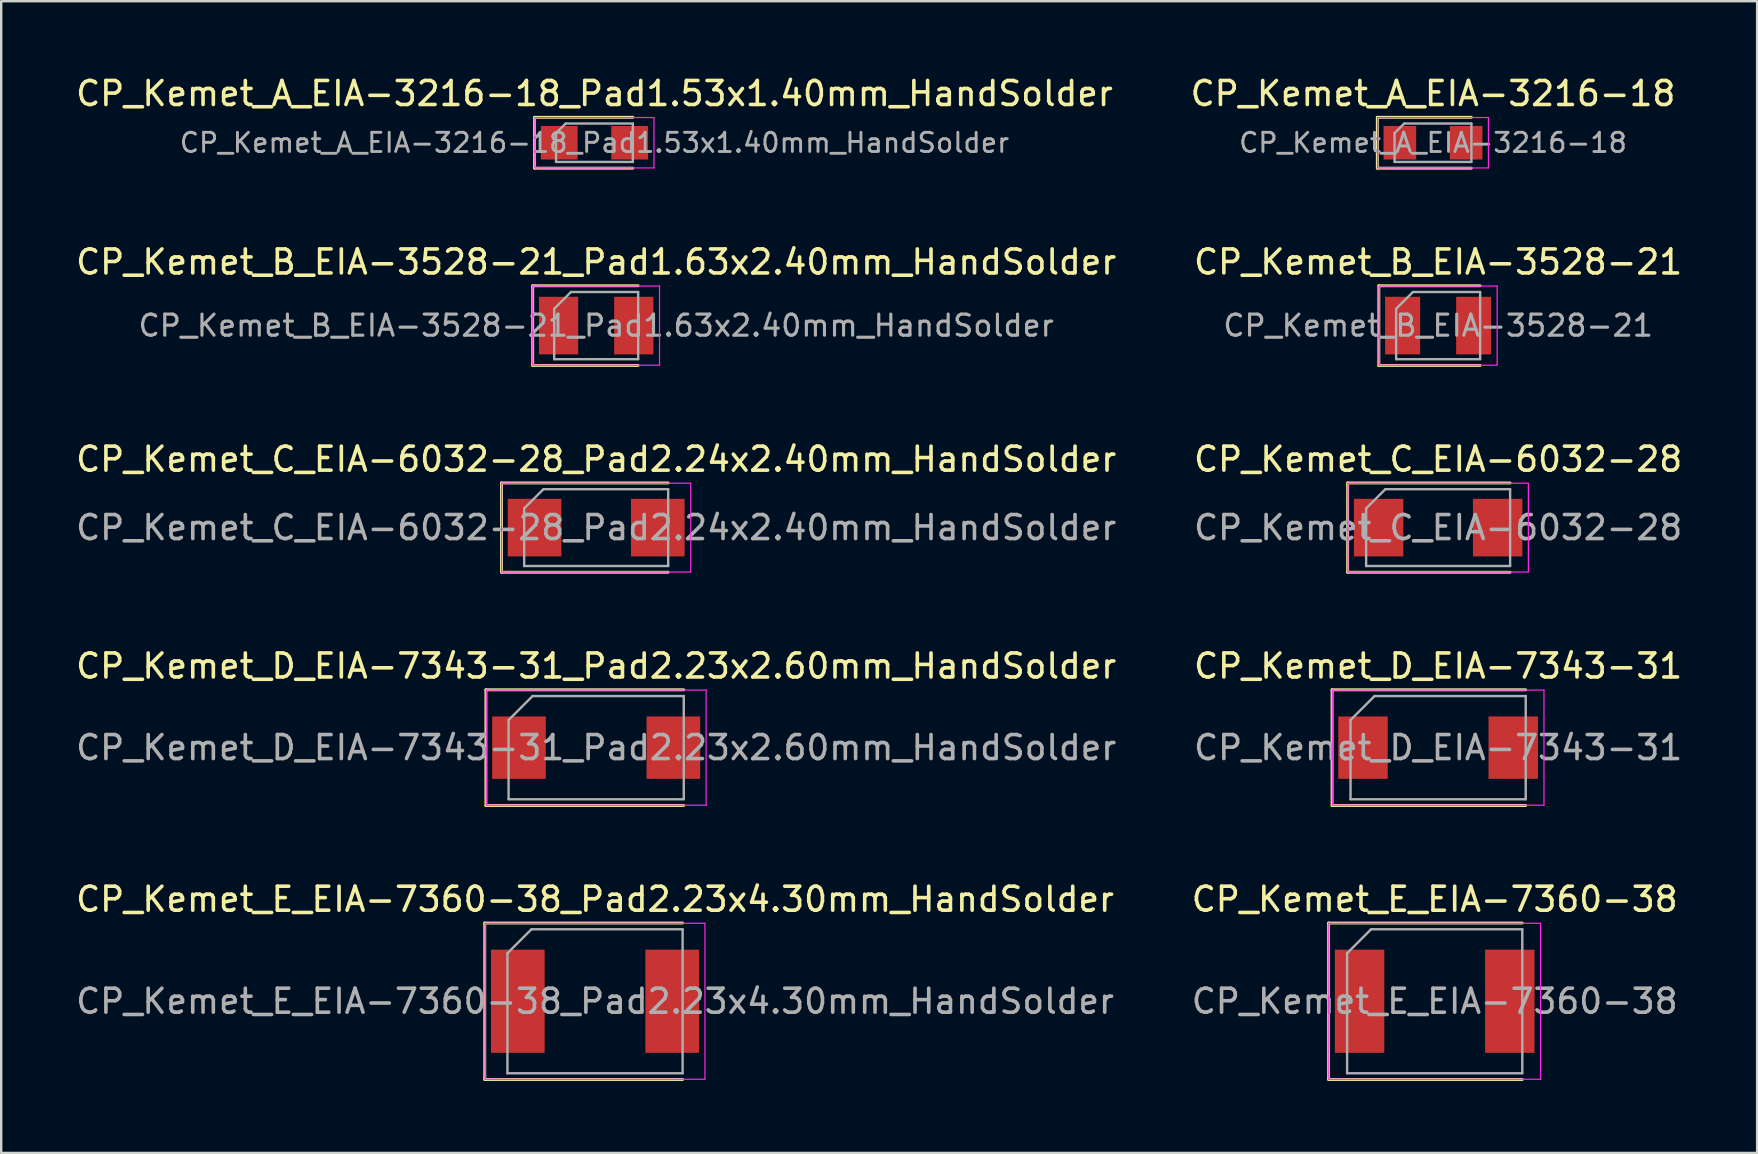
<source format=kicad_pcb>
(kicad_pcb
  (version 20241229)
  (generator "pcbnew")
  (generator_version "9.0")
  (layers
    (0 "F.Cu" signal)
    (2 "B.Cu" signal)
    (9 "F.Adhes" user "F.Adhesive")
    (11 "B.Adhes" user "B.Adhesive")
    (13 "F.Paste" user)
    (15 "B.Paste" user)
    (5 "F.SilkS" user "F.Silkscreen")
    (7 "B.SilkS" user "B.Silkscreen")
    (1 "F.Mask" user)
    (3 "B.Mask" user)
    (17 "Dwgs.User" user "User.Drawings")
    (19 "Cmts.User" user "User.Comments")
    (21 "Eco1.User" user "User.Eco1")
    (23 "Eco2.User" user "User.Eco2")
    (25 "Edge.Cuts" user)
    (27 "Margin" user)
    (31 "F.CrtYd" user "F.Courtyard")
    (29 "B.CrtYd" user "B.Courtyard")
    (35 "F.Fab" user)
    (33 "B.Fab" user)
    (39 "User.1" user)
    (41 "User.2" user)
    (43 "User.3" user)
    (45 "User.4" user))
  (footprint "CP_Kemet_A_EIA-3216-18"
    (layer "F.Cu")
    (at 56.661 2.898)
    (property "Reference" "CP_Kemet_A_EIA-3216-18" (at 0 -2.05 0) (layer "F.SilkS") (effects (font (size 1 1) (thickness 0.15))))
    (attr smd)
    (fp_line (start -2.32 -1.06) (end -2.32 1.06) (stroke (width 0.12) (type solid)) (layer "F.SilkS"))
    (fp_line (start -2.32 1.06) (end 1.6 1.06) (stroke (width 0.12) (type solid)) (layer "F.SilkS"))
    (fp_line (start 1.6 -1.06) (end -2.32 -1.06) (stroke (width 0.12) (type solid)) (layer "F.SilkS"))
    (fp_line (start -2.31 -1.05) (end 2.31 -1.05) (stroke (width 0.05) (type solid)) (layer "F.CrtYd"))
    (fp_line (start -2.31 1.05) (end -2.31 -1.05) (stroke (width 0.05) (type solid)) (layer "F.CrtYd"))
    (fp_line (start 2.31 -1.05) (end 2.31 1.05) (stroke (width 0.05) (type solid)) (layer "F.CrtYd"))
    (fp_line (start 2.31 1.05) (end -2.31 1.05) (stroke (width 0.05) (type solid)) (layer "F.CrtYd"))
    (fp_line (start -1.6 -0.4) (end -1.6 0.8) (stroke (width 0.1) (type solid)) (layer "F.Fab"))
    (fp_line (start -1.6 0.8) (end 1.6 0.8) (stroke (width 0.1) (type solid)) (layer "F.Fab"))
    (fp_line (start -1.2 -0.8) (end -1.6 -0.4) (stroke (width 0.1) (type solid)) (layer "F.Fab"))
    (fp_line (start 1.6 -0.8) (end -1.2 -0.8) (stroke (width 0.1) (type solid)) (layer "F.Fab"))
    (fp_line (start 1.6 0.8) (end 1.6 -0.8) (stroke (width 0.1) (type solid)) (layer "F.Fab"))
    (fp_text user "${REFERENCE}" (at 0 0 0) (layer "F.Fab") (effects (font (size 0.8 0.8) (thickness 0.12))))
    (pad "1" smd rect (at -1.38 0) (size 1.36 1.4) (layers "F.Cu" "F.Mask" "F.Paste"))
    (pad "2" smd rect (at 1.38 0) (size 1.36 1.4) (layers "F.Cu" "F.Mask" "F.Paste")))
  (footprint "CP_Kemet_C_EIA-6032-28"
    (layer "F.Cu")
    (at 56.875 18.935)
    (property "Reference" "CP_Kemet_C_EIA-6032-28" (at 0 -2.85 0) (layer "F.SilkS") (effects (font (size 1 1) (thickness 0.15))))
    (attr smd)
    (fp_line (start -3.77 -1.86) (end -3.77 1.86) (stroke (width 0.12) (type solid)) (layer "F.SilkS"))
    (fp_line (start -3.77 1.86) (end 3 1.86) (stroke (width 0.12) (type solid)) (layer "F.SilkS"))
    (fp_line (start 3 -1.86) (end -3.77 -1.86) (stroke (width 0.12) (type solid)) (layer "F.SilkS"))
    (fp_line (start -3.76 -1.85) (end 3.76 -1.85) (stroke (width 0.05) (type solid)) (layer "F.CrtYd"))
    (fp_line (start -3.76 1.85) (end -3.76 -1.85) (stroke (width 0.05) (type solid)) (layer "F.CrtYd"))
    (fp_line (start 3.76 -1.85) (end 3.76 1.85) (stroke (width 0.05) (type solid)) (layer "F.CrtYd"))
    (fp_line (start 3.76 1.85) (end -3.76 1.85) (stroke (width 0.05) (type solid)) (layer "F.CrtYd"))
    (fp_line (start -3 -0.8) (end -3 1.6) (stroke (width 0.1) (type solid)) (layer "F.Fab"))
    (fp_line (start -3 1.6) (end 3 1.6) (stroke (width 0.1) (type solid)) (layer "F.Fab"))
    (fp_line (start -2.2 -1.6) (end -3 -0.8) (stroke (width 0.1) (type solid)) (layer "F.Fab"))
    (fp_line (start 3 -1.6) (end -2.2 -1.6) (stroke (width 0.1) (type solid)) (layer "F.Fab"))
    (fp_line (start 3 1.6) (end 3 -1.6) (stroke (width 0.1) (type solid)) (layer "F.Fab"))
    (fp_text user "${REFERENCE}" (at 0 0 0) (layer "F.Fab") (effects (font (size 1 1) (thickness 0.15))))
    (pad "1" smd rect (at -2.48 0) (size 2.06 2.4) (layers "F.Cu" "F.Mask" "F.Paste"))
    (pad "2" smd rect (at 2.48 0) (size 2.06 2.4) (layers "F.Cu" "F.Mask" "F.Paste")))
  (footprint "CP_Kemet_E_EIA-7360-38_Pad2.23x4.30mm_HandSolder"
    (layer "F.Cu")
    (at 21.744 38.671)
    (property "Reference" "CP_Kemet_E_EIA-7360-38_Pad2.23x4.30mm_HandSolder" (at 0 -4.25 0) (layer "F.SilkS") (effects (font (size 1 1) (thickness 0.15))))
    (attr smd)
    (fp_line (start -4.595 -3.26) (end -4.595 3.26) (stroke (width 0.12) (type solid)) (layer "F.SilkS"))
    (fp_line (start -4.595 3.26) (end 3.65 3.26) (stroke (width 0.12) (type solid)) (layer "F.SilkS"))
    (fp_line (start 3.65 -3.26) (end -4.595 -3.26) (stroke (width 0.12) (type solid)) (layer "F.SilkS"))
    (fp_line (start -4.58 -3.25) (end 4.58 -3.25) (stroke (width 0.05) (type solid)) (layer "F.CrtYd"))
    (fp_line (start -4.58 3.25) (end -4.58 -3.25) (stroke (width 0.05) (type solid)) (layer "F.CrtYd"))
    (fp_line (start 4.58 -3.25) (end 4.58 3.25) (stroke (width 0.05) (type solid)) (layer "F.CrtYd"))
    (fp_line (start 4.58 3.25) (end -4.58 3.25) (stroke (width 0.05) (type solid)) (layer "F.CrtYd"))
    (fp_line (start -3.65 -2) (end -3.65 3) (stroke (width 0.1) (type solid)) (layer "F.Fab"))
    (fp_line (start -3.65 3) (end 3.65 3) (stroke (width 0.1) (type solid)) (layer "F.Fab"))
    (fp_line (start -2.65 -3) (end -3.65 -2) (stroke (width 0.1) (type solid)) (layer "F.Fab"))
    (fp_line (start 3.65 -3) (end -2.65 -3) (stroke (width 0.1) (type solid)) (layer "F.Fab"))
    (fp_line (start 3.65 3) (end 3.65 -3) (stroke (width 0.1) (type solid)) (layer "F.Fab"))
    (fp_text user "${REFERENCE}" (at 0 0 0) (layer "F.Fab") (effects (font (size 1 1) (thickness 0.15))))
    (pad "1" smd rect (at -3.217 0) (size 2.235 4.3) (layers "F.Cu" "F.Mask" "F.Paste"))
    (pad "2" smd rect (at 3.217 0) (size 2.235 4.3) (layers "F.Cu" "F.Mask" "F.Paste")))
  (footprint "CP_Kemet_A_EIA-3216-18_Pad1.53x1.40mm_HandSolder"
    (layer "F.Cu")
    (at 21.72 2.898)
    (property "Reference" "CP_Kemet_A_EIA-3216-18_Pad1.53x1.40mm_HandSolder" (at 0 -2.05 0) (layer "F.SilkS") (effects (font (size 1 1) (thickness 0.15))))
    (attr smd)
    (fp_line (start -2.495 -1.06) (end -2.495 1.06) (stroke (width 0.12) (type solid)) (layer "F.SilkS"))
    (fp_line (start -2.495 1.06) (end 1.6 1.06) (stroke (width 0.12) (type solid)) (layer "F.SilkS"))
    (fp_line (start 1.6 -1.06) (end -2.495 -1.06) (stroke (width 0.12) (type solid)) (layer "F.SilkS"))
    (fp_line (start -2.48 -1.05) (end 2.48 -1.05) (stroke (width 0.05) (type solid)) (layer "F.CrtYd"))
    (fp_line (start -2.48 1.05) (end -2.48 -1.05) (stroke (width 0.05) (type solid)) (layer "F.CrtYd"))
    (fp_line (start 2.48 -1.05) (end 2.48 1.05) (stroke (width 0.05) (type solid)) (layer "F.CrtYd"))
    (fp_line (start 2.48 1.05) (end -2.48 1.05) (stroke (width 0.05) (type solid)) (layer "F.CrtYd"))
    (fp_line (start -1.6 -0.4) (end -1.6 0.8) (stroke (width 0.1) (type solid)) (layer "F.Fab"))
    (fp_line (start -1.6 0.8) (end 1.6 0.8) (stroke (width 0.1) (type solid)) (layer "F.Fab"))
    (fp_line (start -1.2 -0.8) (end -1.6 -0.4) (stroke (width 0.1) (type solid)) (layer "F.Fab"))
    (fp_line (start 1.6 -0.8) (end -1.2 -0.8) (stroke (width 0.1) (type solid)) (layer "F.Fab"))
    (fp_line (start 1.6 0.8) (end 1.6 -0.8) (stroke (width 0.1) (type solid)) (layer "F.Fab"))
    (fp_text user "${REFERENCE}" (at 0 0 0) (layer "F.Fab") (effects (font (size 0.8 0.8) (thickness 0.12))))
    (pad "1" smd rect (at -1.468 0) (size 1.535 1.4) (layers "F.Cu" "F.Mask" "F.Paste"))
    (pad "2" smd rect (at 1.468 0) (size 1.535 1.4) (layers "F.Cu" "F.Mask" "F.Paste")))
  (footprint "CP_Kemet_D_EIA-7343-31"
    (layer "F.Cu")
    (at 56.875 28.103)
    (property "Reference" "CP_Kemet_D_EIA-7343-31" (at 0 -3.4 0) (layer "F.SilkS") (effects (font (size 1 1) (thickness 0.15))))
    (attr smd)
    (fp_line (start -4.42 -2.41) (end -4.42 2.41) (stroke (width 0.12) (type solid)) (layer "F.SilkS"))
    (fp_line (start -4.42 2.41) (end 3.65 2.41) (stroke (width 0.12) (type solid)) (layer "F.SilkS"))
    (fp_line (start 3.65 -2.41) (end -4.42 -2.41) (stroke (width 0.12) (type solid)) (layer "F.SilkS"))
    (fp_line (start -4.41 -2.4) (end 4.41 -2.4) (stroke (width 0.05) (type solid)) (layer "F.CrtYd"))
    (fp_line (start -4.41 2.4) (end -4.41 -2.4) (stroke (width 0.05) (type solid)) (layer "F.CrtYd"))
    (fp_line (start 4.41 -2.4) (end 4.41 2.4) (stroke (width 0.05) (type solid)) (layer "F.CrtYd"))
    (fp_line (start 4.41 2.4) (end -4.41 2.4) (stroke (width 0.05) (type solid)) (layer "F.CrtYd"))
    (fp_line (start -3.65 -1.15) (end -3.65 2.15) (stroke (width 0.1) (type solid)) (layer "F.Fab"))
    (fp_line (start -3.65 2.15) (end 3.65 2.15) (stroke (width 0.1) (type solid)) (layer "F.Fab"))
    (fp_line (start -2.65 -2.15) (end -3.65 -1.15) (stroke (width 0.1) (type solid)) (layer "F.Fab"))
    (fp_line (start 3.65 -2.15) (end -2.65 -2.15) (stroke (width 0.1) (type solid)) (layer "F.Fab"))
    (fp_line (start 3.65 2.15) (end 3.65 -2.15) (stroke (width 0.1) (type solid)) (layer "F.Fab"))
    (fp_text user "${REFERENCE}" (at 0 0 0) (layer "F.Fab") (effects (font (size 1 1) (thickness 0.15))))
    (pad "1" smd rect (at -3.13 0) (size 2.06 2.6) (layers "F.Cu" "F.Mask" "F.Paste"))
    (pad "2" smd rect (at 3.13 0) (size 2.06 2.6) (layers "F.Cu" "F.Mask" "F.Paste")))
  (footprint "CP_Kemet_C_EIA-6032-28_Pad2.24x2.40mm_HandSolder"
    (layer "F.Cu")
    (at 21.792 18.935)
    (property "Reference" "CP_Kemet_C_EIA-6032-28_Pad2.24x2.40mm_HandSolder" (at 0 -2.85 0) (layer "F.SilkS") (effects (font (size 1 1) (thickness 0.15))))
    (attr smd)
    (fp_line (start -3.945 -1.86) (end -3.945 1.86) (stroke (width 0.12) (type solid)) (layer "F.SilkS"))
    (fp_line (start -3.945 1.86) (end 3 1.86) (stroke (width 0.12) (type solid)) (layer "F.SilkS"))
    (fp_line (start 3 -1.86) (end -3.945 -1.86) (stroke (width 0.12) (type solid)) (layer "F.SilkS"))
    (fp_line (start -3.94 -1.85) (end 3.94 -1.85) (stroke (width 0.05) (type solid)) (layer "F.CrtYd"))
    (fp_line (start -3.94 1.85) (end -3.94 -1.85) (stroke (width 0.05) (type solid)) (layer "F.CrtYd"))
    (fp_line (start 3.94 -1.85) (end 3.94 1.85) (stroke (width 0.05) (type solid)) (layer "F.CrtYd"))
    (fp_line (start 3.94 1.85) (end -3.94 1.85) (stroke (width 0.05) (type solid)) (layer "F.CrtYd"))
    (fp_line (start -3 -0.8) (end -3 1.6) (stroke (width 0.1) (type solid)) (layer "F.Fab"))
    (fp_line (start -3 1.6) (end 3 1.6) (stroke (width 0.1) (type solid)) (layer "F.Fab"))
    (fp_line (start -2.2 -1.6) (end -3 -0.8) (stroke (width 0.1) (type solid)) (layer "F.Fab"))
    (fp_line (start 3 -1.6) (end -2.2 -1.6) (stroke (width 0.1) (type solid)) (layer "F.Fab"))
    (fp_line (start 3 1.6) (end 3 -1.6) (stroke (width 0.1) (type solid)) (layer "F.Fab"))
    (fp_text user "${REFERENCE}" (at 0 0 0) (layer "F.Fab") (effects (font (size 1 1) (thickness 0.15))))
    (pad "1" smd rect (at -2.567 0) (size 2.235 2.4) (layers "F.Cu" "F.Mask" "F.Paste"))
    (pad "2" smd rect (at 2.567 0) (size 2.235 2.4) (layers "F.Cu" "F.Mask" "F.Paste")))
  (footprint "CP_Kemet_D_EIA-7343-31_Pad2.23x2.60mm_HandSolder"
    (layer "F.Cu")
    (at 21.792 28.103)
    (property "Reference" "CP_Kemet_D_EIA-7343-31_Pad2.23x2.60mm_HandSolder" (at 0 -3.4 0) (layer "F.SilkS") (effects (font (size 1 1) (thickness 0.15))))
    (attr smd)
    (fp_line (start -4.595 -2.41) (end -4.595 2.41) (stroke (width 0.12) (type solid)) (layer "F.SilkS"))
    (fp_line (start -4.595 2.41) (end 3.65 2.41) (stroke (width 0.12) (type solid)) (layer "F.SilkS"))
    (fp_line (start 3.65 -2.41) (end -4.595 -2.41) (stroke (width 0.12) (type solid)) (layer "F.SilkS"))
    (fp_line (start -4.58 -2.4) (end 4.58 -2.4) (stroke (width 0.05) (type solid)) (layer "F.CrtYd"))
    (fp_line (start -4.58 2.4) (end -4.58 -2.4) (stroke (width 0.05) (type solid)) (layer "F.CrtYd"))
    (fp_line (start 4.58 -2.4) (end 4.58 2.4) (stroke (width 0.05) (type solid)) (layer "F.CrtYd"))
    (fp_line (start 4.58 2.4) (end -4.58 2.4) (stroke (width 0.05) (type solid)) (layer "F.CrtYd"))
    (fp_line (start -3.65 -1.15) (end -3.65 2.15) (stroke (width 0.1) (type solid)) (layer "F.Fab"))
    (fp_line (start -3.65 2.15) (end 3.65 2.15) (stroke (width 0.1) (type solid)) (layer "F.Fab"))
    (fp_line (start -2.65 -2.15) (end -3.65 -1.15) (stroke (width 0.1) (type solid)) (layer "F.Fab"))
    (fp_line (start 3.65 -2.15) (end -2.65 -2.15) (stroke (width 0.1) (type solid)) (layer "F.Fab"))
    (fp_line (start 3.65 2.15) (end 3.65 -2.15) (stroke (width 0.1) (type solid)) (layer "F.Fab"))
    (fp_text user "${REFERENCE}" (at 0 0 0) (layer "F.Fab") (effects (font (size 1 1) (thickness 0.15))))
    (pad "1" smd rect (at -3.217 0) (size 2.235 2.6) (layers "F.Cu" "F.Mask" "F.Paste"))
    (pad "2" smd rect (at 3.217 0) (size 2.235 2.6) (layers "F.Cu" "F.Mask" "F.Paste")))
  (footprint "CP_Kemet_B_EIA-3528-21_Pad1.63x2.40mm_HandSolder"
    (layer "F.Cu")
    (at 21.792 10.517)
    (property "Reference" "CP_Kemet_B_EIA-3528-21_Pad1.63x2.40mm_HandSolder" (at 0 -2.65 0) (layer "F.SilkS") (effects (font (size 1 1) (thickness 0.15))))
    (attr smd)
    (fp_line (start -2.645 -1.66) (end -2.645 1.66) (stroke (width 0.12) (type solid)) (layer "F.SilkS"))
    (fp_line (start -2.645 1.66) (end 1.75 1.66) (stroke (width 0.12) (type solid)) (layer "F.SilkS"))
    (fp_line (start 1.75 -1.66) (end -2.645 -1.66) (stroke (width 0.12) (type solid)) (layer "F.SilkS"))
    (fp_line (start -2.64 -1.65) (end 2.64 -1.65) (stroke (width 0.05) (type solid)) (layer "F.CrtYd"))
    (fp_line (start -2.64 1.65) (end -2.64 -1.65) (stroke (width 0.05) (type solid)) (layer "F.CrtYd"))
    (fp_line (start 2.64 -1.65) (end 2.64 1.65) (stroke (width 0.05) (type solid)) (layer "F.CrtYd"))
    (fp_line (start 2.64 1.65) (end -2.64 1.65) (stroke (width 0.05) (type solid)) (layer "F.CrtYd"))
    (fp_line (start -1.75 -0.7) (end -1.75 1.4) (stroke (width 0.1) (type solid)) (layer "F.Fab"))
    (fp_line (start -1.75 1.4) (end 1.75 1.4) (stroke (width 0.1) (type solid)) (layer "F.Fab"))
    (fp_line (start -1.05 -1.4) (end -1.75 -0.7) (stroke (width 0.1) (type solid)) (layer "F.Fab"))
    (fp_line (start 1.75 -1.4) (end -1.05 -1.4) (stroke (width 0.1) (type solid)) (layer "F.Fab"))
    (fp_line (start 1.75 1.4) (end 1.75 -1.4) (stroke (width 0.1) (type solid)) (layer "F.Fab"))
    (fp_text user "${REFERENCE}" (at 0 0 0) (layer "F.Fab") (effects (font (size 0.88 0.88) (thickness 0.13))))
    (pad "1" smd rect (at -1.567 0) (size 1.635 2.4) (layers "F.Cu" "F.Mask" "F.Paste"))
    (pad "2" smd rect (at 1.567 0) (size 1.635 2.4) (layers "F.Cu" "F.Mask" "F.Paste")))
  (footprint "CP_Kemet_E_EIA-7360-38"
    (layer "F.Cu")
    (at 56.732 38.671)
    (property "Reference" "CP_Kemet_E_EIA-7360-38" (at 0 -4.25 0) (layer "F.SilkS") (effects (font (size 1 1) (thickness 0.15))))
    (attr smd)
    (fp_line (start -4.42 -3.26) (end -4.42 3.26) (stroke (width 0.12) (type solid)) (layer "F.SilkS"))
    (fp_line (start -4.42 3.26) (end 3.65 3.26) (stroke (width 0.12) (type solid)) (layer "F.SilkS"))
    (fp_line (start 3.65 -3.26) (end -4.42 -3.26) (stroke (width 0.12) (type solid)) (layer "F.SilkS"))
    (fp_line (start -4.41 -3.25) (end 4.41 -3.25) (stroke (width 0.05) (type solid)) (layer "F.CrtYd"))
    (fp_line (start -4.41 3.25) (end -4.41 -3.25) (stroke (width 0.05) (type solid)) (layer "F.CrtYd"))
    (fp_line (start 4.41 -3.25) (end 4.41 3.25) (stroke (width 0.05) (type solid)) (layer "F.CrtYd"))
    (fp_line (start 4.41 3.25) (end -4.41 3.25) (stroke (width 0.05) (type solid)) (layer "F.CrtYd"))
    (fp_line (start -3.65 -2) (end -3.65 3) (stroke (width 0.1) (type solid)) (layer "F.Fab"))
    (fp_line (start -3.65 3) (end 3.65 3) (stroke (width 0.1) (type solid)) (layer "F.Fab"))
    (fp_line (start -2.65 -3) (end -3.65 -2) (stroke (width 0.1) (type solid)) (layer "F.Fab"))
    (fp_line (start 3.65 -3) (end -2.65 -3) (stroke (width 0.1) (type solid)) (layer "F.Fab"))
    (fp_line (start 3.65 3) (end 3.65 -3) (stroke (width 0.1) (type solid)) (layer "F.Fab"))
    (fp_text user "${REFERENCE}" (at 0 0 0) (layer "F.Fab") (effects (font (size 1 1) (thickness 0.15))))
    (pad "1" smd rect (at -3.13 0) (size 2.06 4.3) (layers "F.Cu" "F.Mask" "F.Paste"))
    (pad "2" smd rect (at 3.13 0) (size 2.06 4.3) (layers "F.Cu" "F.Mask" "F.Paste")))
  (footprint "CP_Kemet_B_EIA-3528-21"
    (layer "F.Cu")
    (at 56.875 10.517)
    (property "Reference" "CP_Kemet_B_EIA-3528-21" (at 0 -2.65 0) (layer "F.SilkS") (effects (font (size 1 1) (thickness 0.15))))
    (attr smd)
    (fp_line (start -2.47 -1.66) (end -2.47 1.66) (stroke (width 0.12) (type solid)) (layer "F.SilkS"))
    (fp_line (start -2.47 1.66) (end 1.75 1.66) (stroke (width 0.12) (type solid)) (layer "F.SilkS"))
    (fp_line (start 1.75 -1.66) (end -2.47 -1.66) (stroke (width 0.12) (type solid)) (layer "F.SilkS"))
    (fp_line (start -2.46 -1.65) (end 2.46 -1.65) (stroke (width 0.05) (type solid)) (layer "F.CrtYd"))
    (fp_line (start -2.46 1.65) (end -2.46 -1.65) (stroke (width 0.05) (type solid)) (layer "F.CrtYd"))
    (fp_line (start 2.46 -1.65) (end 2.46 1.65) (stroke (width 0.05) (type solid)) (layer "F.CrtYd"))
    (fp_line (start 2.46 1.65) (end -2.46 1.65) (stroke (width 0.05) (type solid)) (layer "F.CrtYd"))
    (fp_line (start -1.75 -0.7) (end -1.75 1.4) (stroke (width 0.1) (type solid)) (layer "F.Fab"))
    (fp_line (start -1.75 1.4) (end 1.75 1.4) (stroke (width 0.1) (type solid)) (layer "F.Fab"))
    (fp_line (start -1.05 -1.4) (end -1.75 -0.7) (stroke (width 0.1) (type solid)) (layer "F.Fab"))
    (fp_line (start 1.75 -1.4) (end -1.05 -1.4) (stroke (width 0.1) (type solid)) (layer "F.Fab"))
    (fp_line (start 1.75 1.4) (end 1.75 -1.4) (stroke (width 0.1) (type solid)) (layer "F.Fab"))
    (fp_text user "${REFERENCE}" (at 0 0 0) (layer "F.Fab") (effects (font (size 0.88 0.88) (thickness 0.13))))
    (pad "1" smd rect (at -1.48 0) (size 1.46 2.4) (layers "F.Cu" "F.Mask" "F.Paste"))
    (pad "2" smd rect (at 1.48 0) (size 1.46 2.4) (layers "F.Cu" "F.Mask" "F.Paste")))
  (gr_rect
    (start -3 -3)
    (end 70.167 44.991)
    (stroke (width 0.1) (type default))
    (fill no)
    (layer "Edge.Cuts")))
</source>
